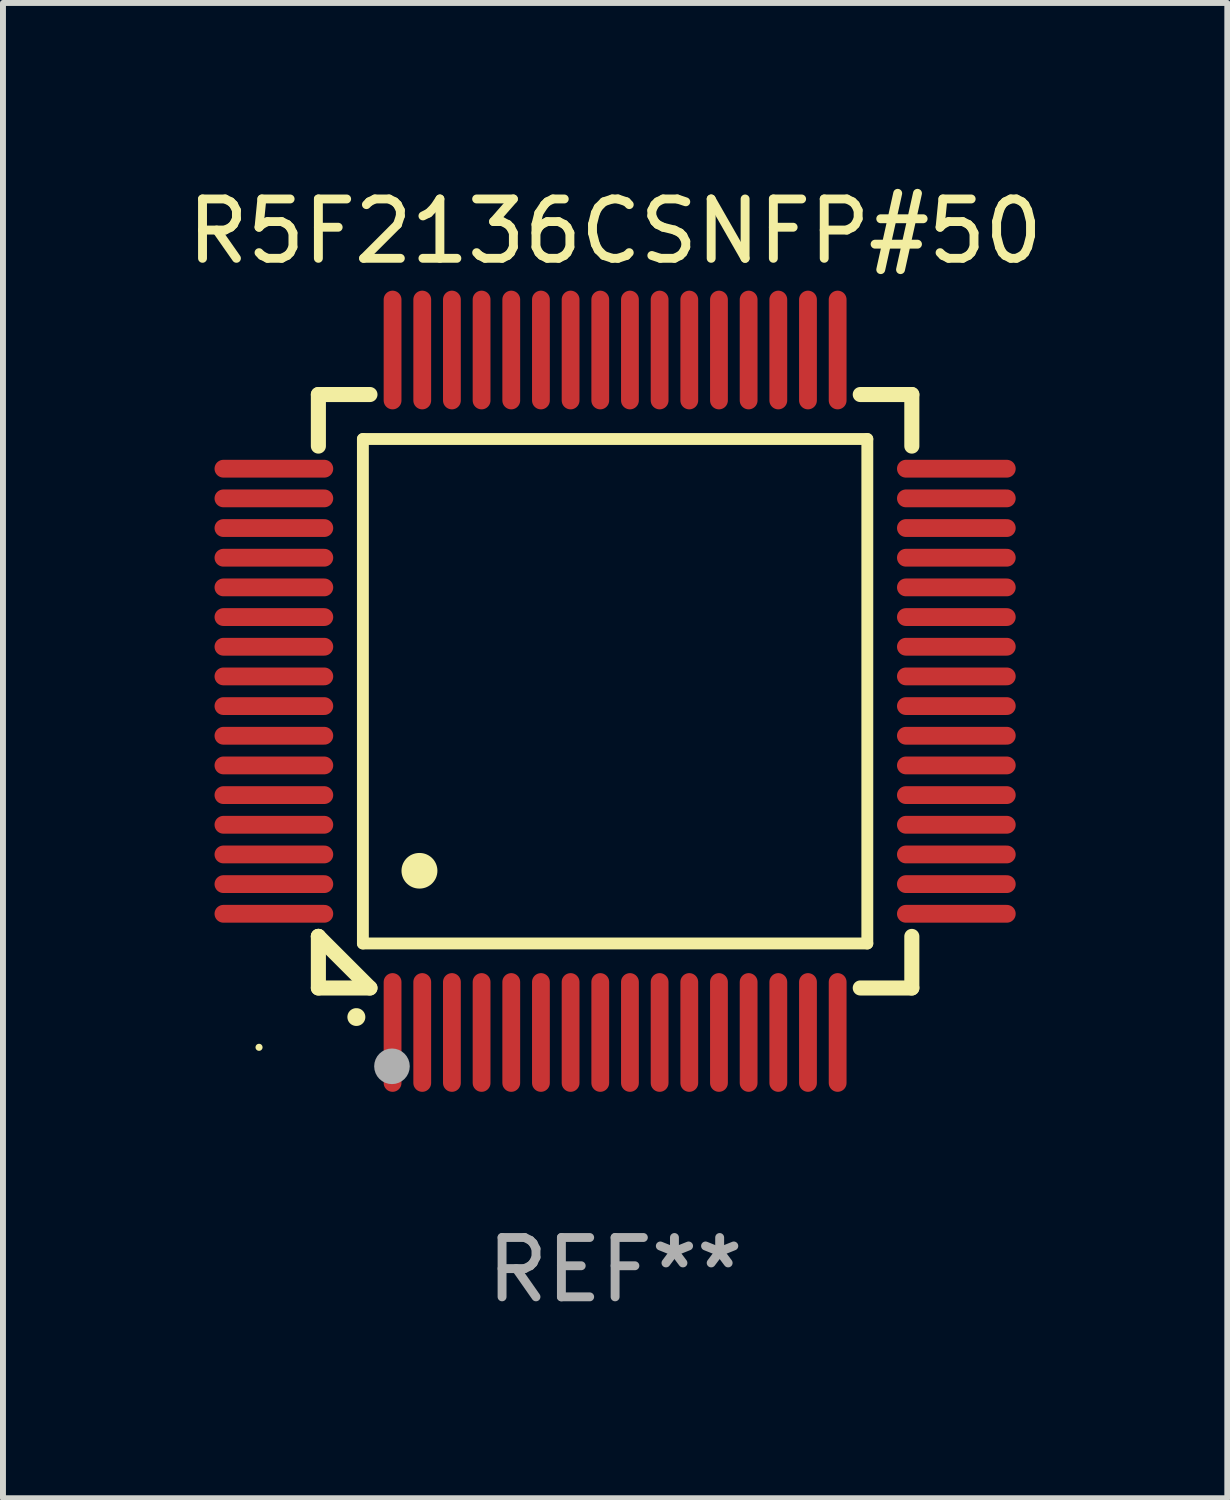
<source format=kicad_pcb>
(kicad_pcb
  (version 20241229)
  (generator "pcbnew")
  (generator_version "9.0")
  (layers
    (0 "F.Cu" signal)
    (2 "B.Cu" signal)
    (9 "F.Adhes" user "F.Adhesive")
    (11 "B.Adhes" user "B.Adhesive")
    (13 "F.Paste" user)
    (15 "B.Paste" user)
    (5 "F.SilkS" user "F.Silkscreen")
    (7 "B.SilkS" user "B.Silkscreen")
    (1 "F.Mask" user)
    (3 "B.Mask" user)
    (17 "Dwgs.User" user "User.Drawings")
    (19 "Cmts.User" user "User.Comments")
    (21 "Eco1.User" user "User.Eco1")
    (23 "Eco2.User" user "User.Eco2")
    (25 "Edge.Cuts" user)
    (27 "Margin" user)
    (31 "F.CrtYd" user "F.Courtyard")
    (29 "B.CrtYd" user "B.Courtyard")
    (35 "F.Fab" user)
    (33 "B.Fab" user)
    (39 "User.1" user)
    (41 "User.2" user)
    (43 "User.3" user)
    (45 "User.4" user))
  (footprint "R5F2136CSNFP#50"
    (layer "F.Cu")
    (at 7.315 8.598)
    (property "Reference" "R5F2136CSNFP#50" (at 0 -7.75 0) (layer "F.SilkS") (effects (font (size 1 1) (thickness 0.15))))
    (attr through_hole)
    (fp_line (start -5 -5) (end -4.131 -5) (stroke (width 0.254) (type solid)) (layer "F.SilkS"))
    (fp_line (start -5 -4.131) (end -5 -5) (stroke (width 0.254) (type solid)) (layer "F.SilkS"))
    (fp_line (start -5 4.131) (end -5 4.131) (stroke (width 0.254) (type solid)) (layer "F.SilkS"))
    (fp_line (start -5 5) (end -5 4.131) (stroke (width 0.254) (type solid)) (layer "F.SilkS"))
    (fp_line (start -5 4.131) (end -4.131 5) (stroke (width 0.254) (type solid)) (layer "F.SilkS"))
    (fp_line (start -4.25 -4.25) (end -4.25 4.25) (stroke (width 0.2) (type solid)) (layer "F.SilkS"))
    (fp_line (start -4.25 4.25) (end 4.25 4.25) (stroke (width 0.2) (type solid)) (layer "F.SilkS"))
    (fp_line (start -4.131 5) (end -5 5) (stroke (width 0.254) (type solid)) (layer "F.SilkS"))
    (fp_line (start 4.25 -4.25) (end -4.25 -4.25) (stroke (width 0.2) (type solid)) (layer "F.SilkS"))
    (fp_line (start 4.25 4.25) (end 4.25 -4.25) (stroke (width 0.2) (type solid)) (layer "F.SilkS"))
    (fp_line (start 5 -5) (end 4.131 -5) (stroke (width 0.254) (type solid)) (layer "F.SilkS"))
    (fp_line (start 5 -5) (end 5 -4.131) (stroke (width 0.254) (type solid)) (layer "F.SilkS"))
    (fp_line (start 5 4.131) (end 5 5) (stroke (width 0.254) (type solid)) (layer "F.SilkS"))
    (fp_line (start 5 5) (end 4.131 5) (stroke (width 0.254) (type solid)) (layer "F.SilkS"))
    (fp_arc (start -4.361265 5.489992) (mid -4.359995 5.489987) (end -4.358725 5.489992) (stroke (width 0.3) (type solid)) (layer "F.SilkS"))
    (fp_arc (start -3.299467 3.025146) (mid -3.296927 3.025135) (end -3.294387 3.025146) (stroke (width 0.6) (type solid)) (layer "F.SilkS"))
    (fp_circle (center -6 6) (end -5.97 6) (stroke (width 0.06) (type solid)) (fill no) (layer "F.SilkS"))
    (fp_circle (center -3.76 6.32) (end -3.61 6.32) (stroke (width 0.3) (type solid)) (fill no) (layer "F.Fab"))
    (fp_text user "REF**" (at 0 9.75 0) (layer "F.Fab") (effects (font (size 1 1) (thickness 0.15))))
    (pad "1" smd oval (at -3.75 5.75) (size 0.3 2) (layers "F.Cu" "F.Mask" "F.Paste"))
    (pad "2" smd oval (at -3.25 5.75) (size 0.3 2) (layers "F.Cu" "F.Mask" "F.Paste"))
    (pad "3" smd oval (at -2.75 5.75) (size 0.3 2) (layers "F.Cu" "F.Mask" "F.Paste"))
    (pad "4" smd oval (at -2.25 5.75) (size 0.3 2) (layers "F.Cu" "F.Mask" "F.Paste"))
    (pad "5" smd oval (at -1.75 5.75) (size 0.3 2) (layers "F.Cu" "F.Mask" "F.Paste"))
    (pad "6" smd oval (at -1.25 5.75) (size 0.3 2) (layers "F.Cu" "F.Mask" "F.Paste"))
    (pad "7" smd oval (at -0.75 5.75) (size 0.3 2) (layers "F.Cu" "F.Mask" "F.Paste"))
    (pad "8" smd oval (at -0.25 5.75) (size 0.3 2) (layers "F.Cu" "F.Mask" "F.Paste"))
    (pad "9" smd oval (at 0.25 5.75) (size 0.3 2) (layers "F.Cu" "F.Mask" "F.Paste"))
    (pad "10" smd oval (at 0.75 5.75) (size 0.3 2) (layers "F.Cu" "F.Mask" "F.Paste"))
    (pad "11" smd oval (at 1.25 5.75) (size 0.3 2) (layers "F.Cu" "F.Mask" "F.Paste"))
    (pad "12" smd oval (at 1.75 5.75) (size 0.3 2) (layers "F.Cu" "F.Mask" "F.Paste"))
    (pad "13" smd oval (at 2.25 5.75) (size 0.3 2) (layers "F.Cu" "F.Mask" "F.Paste"))
    (pad "14" smd oval (at 2.75 5.75) (size 0.3 2) (layers "F.Cu" "F.Mask" "F.Paste"))
    (pad "15" smd oval (at 3.25 5.75) (size 0.3 2) (layers "F.Cu" "F.Mask" "F.Paste"))
    (pad "16" smd oval (at 3.75 5.75) (size 0.3 2) (layers "F.Cu" "F.Mask" "F.Paste"))
    (pad "17" smd oval (at 5.75 3.75) (size 2 0.3) (layers "F.Cu" "F.Mask" "F.Paste"))
    (pad "18" smd oval (at 5.75 3.25) (size 2 0.3) (layers "F.Cu" "F.Mask" "F.Paste"))
    (pad "19" smd oval (at 5.75 2.75) (size 2 0.3) (layers "F.Cu" "F.Mask" "F.Paste"))
    (pad "20" smd oval (at 5.75 2.25) (size 2 0.3) (layers "F.Cu" "F.Mask" "F.Paste"))
    (pad "21" smd oval (at 5.75 1.75) (size 2 0.3) (layers "F.Cu" "F.Mask" "F.Paste"))
    (pad "22" smd oval (at 5.75 1.25) (size 2 0.3) (layers "F.Cu" "F.Mask" "F.Paste"))
    (pad "23" smd oval (at 5.75 0.75) (size 2 0.3) (layers "F.Cu" "F.Mask" "F.Paste"))
    (pad "24" smd oval (at 5.75 0.25) (size 2 0.3) (layers "F.Cu" "F.Mask" "F.Paste"))
    (pad "25" smd oval (at 5.75 -0.25) (size 2 0.3) (layers "F.Cu" "F.Mask" "F.Paste"))
    (pad "26" smd oval (at 5.75 -0.75) (size 2 0.3) (layers "F.Cu" "F.Mask" "F.Paste"))
    (pad "27" smd oval (at 5.75 -1.25) (size 2 0.3) (layers "F.Cu" "F.Mask" "F.Paste"))
    (pad "28" smd oval (at 5.75 -1.75) (size 2 0.3) (layers "F.Cu" "F.Mask" "F.Paste"))
    (pad "29" smd oval (at 5.75 -2.25) (size 2 0.3) (layers "F.Cu" "F.Mask" "F.Paste"))
    (pad "30" smd oval (at 5.75 -2.75) (size 2 0.3) (layers "F.Cu" "F.Mask" "F.Paste"))
    (pad "31" smd oval (at 5.75 -3.25) (size 2 0.3) (layers "F.Cu" "F.Mask" "F.Paste"))
    (pad "32" smd oval (at 5.75 -3.75) (size 2 0.3) (layers "F.Cu" "F.Mask" "F.Paste"))
    (pad "33" smd oval (at 3.75 -5.75) (size 0.3 2) (layers "F.Cu" "F.Mask" "F.Paste"))
    (pad "34" smd oval (at 3.25 -5.75) (size 0.3 2) (layers "F.Cu" "F.Mask" "F.Paste"))
    (pad "35" smd oval (at 2.75 -5.75) (size 0.3 2) (layers "F.Cu" "F.Mask" "F.Paste"))
    (pad "36" smd oval (at 2.25 -5.75) (size 0.3 2) (layers "F.Cu" "F.Mask" "F.Paste"))
    (pad "37" smd oval (at 1.75 -5.75) (size 0.3 2) (layers "F.Cu" "F.Mask" "F.Paste"))
    (pad "38" smd oval (at 1.25 -5.75) (size 0.3 2) (layers "F.Cu" "F.Mask" "F.Paste"))
    (pad "39" smd oval (at 0.75 -5.75) (size 0.3 2) (layers "F.Cu" "F.Mask" "F.Paste"))
    (pad "40" smd oval (at 0.25 -5.75) (size 0.3 2) (layers "F.Cu" "F.Mask" "F.Paste"))
    (pad "41" smd oval (at -0.25 -5.75) (size 0.3 2) (layers "F.Cu" "F.Mask" "F.Paste"))
    (pad "42" smd oval (at -0.75 -5.75) (size 0.3 2) (layers "F.Cu" "F.Mask" "F.Paste"))
    (pad "43" smd oval (at -1.25 -5.75) (size 0.3 2) (layers "F.Cu" "F.Mask" "F.Paste"))
    (pad "44" smd oval (at -1.75 -5.75) (size 0.3 2) (layers "F.Cu" "F.Mask" "F.Paste"))
    (pad "45" smd oval (at -2.25 -5.75) (size 0.3 2) (layers "F.Cu" "F.Mask" "F.Paste"))
    (pad "46" smd oval (at -2.75 -5.75) (size 0.3 2) (layers "F.Cu" "F.Mask" "F.Paste"))
    (pad "47" smd oval (at -3.25 -5.75) (size 0.3 2) (layers "F.Cu" "F.Mask" "F.Paste"))
    (pad "48" smd oval (at -3.75 -5.75) (size 0.3 2) (layers "F.Cu" "F.Mask" "F.Paste"))
    (pad "49" smd oval (at -5.75 -3.75) (size 2 0.3) (layers "F.Cu" "F.Mask" "F.Paste"))
    (pad "50" smd oval (at -5.75 -3.25) (size 2 0.3) (layers "F.Cu" "F.Mask" "F.Paste"))
    (pad "51" smd oval (at -5.75 -2.75) (size 2 0.3) (layers "F.Cu" "F.Mask" "F.Paste"))
    (pad "52" smd oval (at -5.75 -2.25) (size 2 0.3) (layers "F.Cu" "F.Mask" "F.Paste"))
    (pad "53" smd oval (at -5.75 -1.75) (size 2 0.3) (layers "F.Cu" "F.Mask" "F.Paste"))
    (pad "54" smd oval (at -5.75 -1.25) (size 2 0.3) (layers "F.Cu" "F.Mask" "F.Paste"))
    (pad "55" smd oval (at -5.75 -0.75) (size 2 0.3) (layers "F.Cu" "F.Mask" "F.Paste"))
    (pad "56" smd oval (at -5.75 -0.25) (size 2 0.3) (layers "F.Cu" "F.Mask" "F.Paste"))
    (pad "57" smd oval (at -5.75 0.25) (size 2 0.3) (layers "F.Cu" "F.Mask" "F.Paste"))
    (pad "58" smd oval (at -5.75 0.75) (size 2 0.3) (layers "F.Cu" "F.Mask" "F.Paste"))
    (pad "59" smd oval (at -5.75 1.25) (size 2 0.3) (layers "F.Cu" "F.Mask" "F.Paste"))
    (pad "60" smd oval (at -5.75 1.75) (size 2 0.3) (layers "F.Cu" "F.Mask" "F.Paste"))
    (pad "61" smd oval (at -5.75 2.25) (size 2 0.3) (layers "F.Cu" "F.Mask" "F.Paste"))
    (pad "62" smd oval (at -5.75 2.75) (size 2 0.3) (layers "F.Cu" "F.Mask" "F.Paste"))
    (pad "63" smd oval (at -5.75 3.25) (size 2 0.3) (layers "F.Cu" "F.Mask" "F.Paste"))
    (pad "64" smd oval (at -5.75 3.75) (size 2 0.3) (layers "F.Cu" "F.Mask" "F.Paste")))
  (gr_rect
    (start -3 -3)
    (end 17.631 22.196)
    (stroke (width 0.1) (type default))
    (fill no)
    (layer "Edge.Cuts")))
</source>
